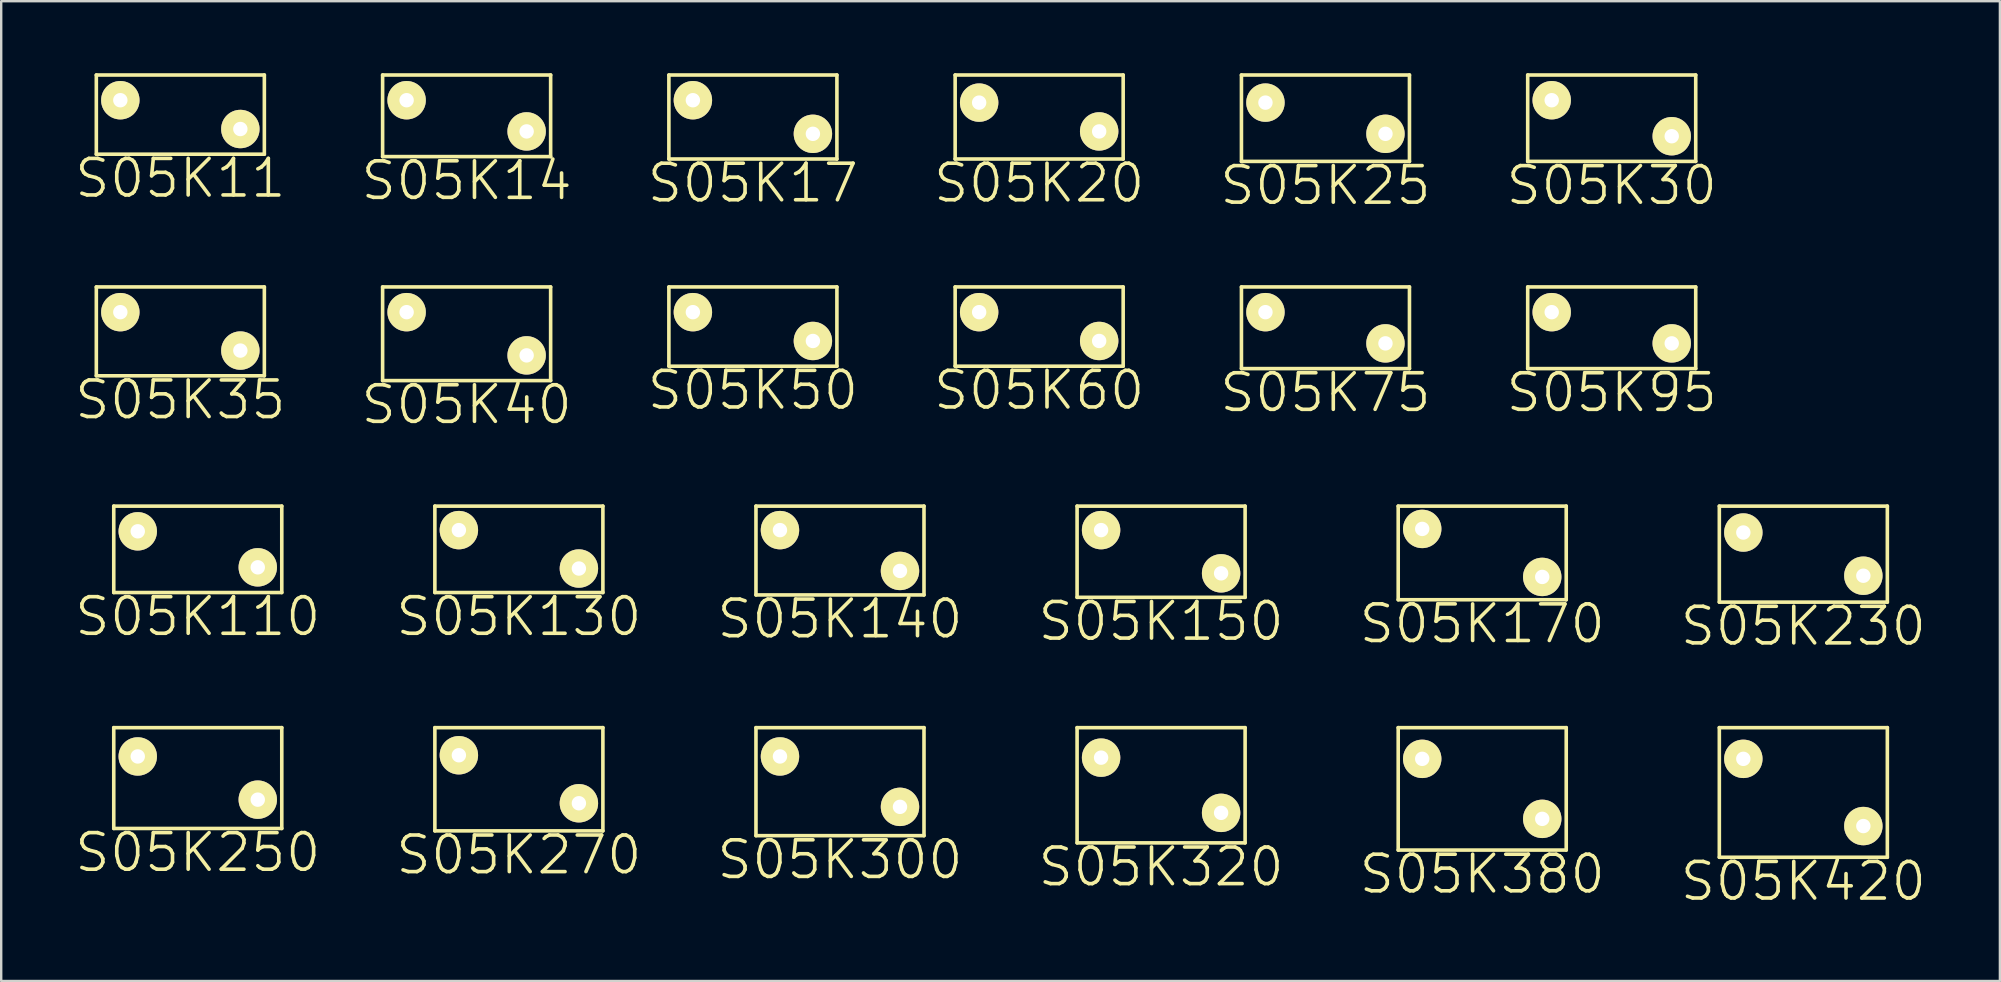
<source format=kicad_pcb>
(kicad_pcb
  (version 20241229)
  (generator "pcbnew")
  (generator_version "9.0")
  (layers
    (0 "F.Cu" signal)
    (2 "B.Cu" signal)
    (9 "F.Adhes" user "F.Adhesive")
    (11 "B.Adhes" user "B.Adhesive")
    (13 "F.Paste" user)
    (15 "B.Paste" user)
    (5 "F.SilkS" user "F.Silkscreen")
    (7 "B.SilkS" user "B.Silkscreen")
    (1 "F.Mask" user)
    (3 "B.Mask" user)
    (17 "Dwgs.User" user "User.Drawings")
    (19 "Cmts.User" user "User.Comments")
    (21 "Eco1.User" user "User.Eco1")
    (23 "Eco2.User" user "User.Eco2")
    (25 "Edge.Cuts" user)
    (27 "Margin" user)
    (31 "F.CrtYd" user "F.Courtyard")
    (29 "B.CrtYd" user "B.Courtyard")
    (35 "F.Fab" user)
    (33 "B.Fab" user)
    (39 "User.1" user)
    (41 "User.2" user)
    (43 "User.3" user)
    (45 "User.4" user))
  (footprint "S05K250"
    (layer "F.Cu")
    (at 2.689 28.464)
    (property "Reference" "S05K250" (at 2.5 4 0) (layer "F.SilkS") (effects (font (size 1.524 1.524) (thickness 0.15))))
    (attr through_hole)
    (fp_line (start -1 -1.2) (end -1 3) (stroke (width 0.15) (type solid)) (layer "F.SilkS"))
    (fp_line (start -1 -1.2) (end 6 -1.2) (stroke (width 0.15) (type solid)) (layer "F.SilkS"))
    (fp_line (start -1 3) (end 6 3) (stroke (width 0.15) (type solid)) (layer "F.SilkS"))
    (fp_line (start 6 -1.2) (end 6 3) (stroke (width 0.15) (type solid)) (layer "F.SilkS"))
    (pad "1" thru_hole circle (at 0 0) (size 1.6 1.6) (drill 0.6) (layers "*.Cu" "*.Mask" "F.SilkS"))
    (pad "2" thru_hole circle (at 5 1.8) (size 1.6 1.6) (drill 0.6) (layers "*.Cu" "*.Mask" "F.SilkS")))
  (footprint "S05K420"
    (layer "F.Cu")
    (at 69.578 28.564)
    (property "Reference" "S05K420" (at 2.5 5.1 0) (layer "F.SilkS") (effects (font (size 1.524 1.524) (thickness 0.15))))
    (attr through_hole)
    (fp_line (start -1 -1.3) (end -1 4.1) (stroke (width 0.15) (type solid)) (layer "F.SilkS"))
    (fp_line (start -1 -1.3) (end 6 -1.3) (stroke (width 0.15) (type solid)) (layer "F.SilkS"))
    (fp_line (start -1 4.1) (end 6 4.1) (stroke (width 0.15) (type solid)) (layer "F.SilkS"))
    (fp_line (start 6 -1.3) (end 6 4.1) (stroke (width 0.15) (type solid)) (layer "F.SilkS"))
    (pad "1" thru_hole circle (at 0 0) (size 1.6 1.6) (drill 0.6) (layers "*.Cu" "*.Mask" "F.SilkS"))
    (pad "2" thru_hole circle (at 5 2.8) (size 1.6 1.6) (drill 0.6) (layers "*.Cu" "*.Mask" "F.SilkS")))
  (footprint "S05K30"
    (layer "F.Cu")
    (at 61.595 1.125)
    (property "Reference" "S05K30" (at 2.5 3.55 0) (layer "F.SilkS") (effects (font (size 1.524 1.524) (thickness 0.15))))
    (attr through_hole)
    (fp_line (start -1 -1.05) (end -1 2.55) (stroke (width 0.15) (type solid)) (layer "F.SilkS"))
    (fp_line (start -1 -1.05) (end 6 -1.05) (stroke (width 0.15) (type solid)) (layer "F.SilkS"))
    (fp_line (start -1 2.55) (end 6 2.55) (stroke (width 0.15) (type solid)) (layer "F.SilkS"))
    (fp_line (start 6 -1.05) (end 6 2.55) (stroke (width 0.15) (type solid)) (layer "F.SilkS"))
    (pad "1" thru_hole circle (at 0 0) (size 1.6 1.6) (drill 0.6) (layers "*.Cu" "*.Mask" "F.SilkS"))
    (pad "2" thru_hole circle (at 5 1.5) (size 1.6 1.6) (drill 0.6) (layers "*.Cu" "*.Mask" "F.SilkS")))
  (footprint "S05K140"
    (layer "F.Cu")
    (at 29.444 19.035)
    (property "Reference" "S05K140" (at 2.5 3.7 0) (layer "F.SilkS") (effects (font (size 1.524 1.524) (thickness 0.15))))
    (attr through_hole)
    (fp_line (start -1 -1) (end -1 2.7) (stroke (width 0.15) (type solid)) (layer "F.SilkS"))
    (fp_line (start -1 -1) (end 6 -1) (stroke (width 0.15) (type solid)) (layer "F.SilkS"))
    (fp_line (start -1 2.7) (end 6 2.7) (stroke (width 0.15) (type solid)) (layer "F.SilkS"))
    (fp_line (start 6 -1) (end 6 2.7) (stroke (width 0.15) (type solid)) (layer "F.SilkS"))
    (pad "1" thru_hole circle (at 0 0) (size 1.6 1.6) (drill 0.6) (layers "*.Cu" "*.Mask" "F.SilkS"))
    (pad "2" thru_hole circle (at 5 1.7) (size 1.6 1.6) (drill 0.6) (layers "*.Cu" "*.Mask" "F.SilkS")))
  (footprint "S05K320"
    (layer "F.Cu")
    (at 42.822 28.514)
    (property "Reference" "S05K320" (at 2.5 4.55 0) (layer "F.SilkS") (effects (font (size 1.524 1.524) (thickness 0.15))))
    (attr through_hole)
    (fp_line (start -1 -1.25) (end -1 3.55) (stroke (width 0.15) (type solid)) (layer "F.SilkS"))
    (fp_line (start -1 -1.25) (end 6 -1.25) (stroke (width 0.15) (type solid)) (layer "F.SilkS"))
    (fp_line (start -1 3.55) (end 6 3.55) (stroke (width 0.15) (type solid)) (layer "F.SilkS"))
    (fp_line (start 6 -1.25) (end 6 3.55) (stroke (width 0.15) (type solid)) (layer "F.SilkS"))
    (pad "1" thru_hole circle (at 0 0) (size 1.6 1.6) (drill 0.6) (layers "*.Cu" "*.Mask" "F.SilkS"))
    (pad "2" thru_hole circle (at 5 2.3) (size 1.6 1.6) (drill 0.6) (layers "*.Cu" "*.Mask" "F.SilkS")))
  (footprint "S05K110"
    (layer "F.Cu")
    (at 2.689 19.085)
    (property "Reference" "S05K110" (at 2.5 3.55 0) (layer "F.SilkS") (effects (font (size 1.524 1.524) (thickness 0.15))))
    (attr through_hole)
    (fp_line (start -1 -1.05) (end -1 2.55) (stroke (width 0.15) (type solid)) (layer "F.SilkS"))
    (fp_line (start -1 -1.05) (end 6 -1.05) (stroke (width 0.15) (type solid)) (layer "F.SilkS"))
    (fp_line (start -1 2.55) (end 6 2.55) (stroke (width 0.15) (type solid)) (layer "F.SilkS"))
    (fp_line (start 6 -1.05) (end 6 2.55) (stroke (width 0.15) (type solid)) (layer "F.SilkS"))
    (pad "1" thru_hole circle (at 0 0) (size 1.6 1.6) (drill 0.6) (layers "*.Cu" "*.Mask" "F.SilkS"))
    (pad "2" thru_hole circle (at 5 1.5) (size 1.6 1.6) (drill 0.6) (layers "*.Cu" "*.Mask" "F.SilkS")))
  (footprint "S05K50"
    (layer "F.Cu")
    (at 25.816 9.955)
    (property "Reference" "S05K50" (at 2.5 3.25 0) (layer "F.SilkS") (effects (font (size 1.524 1.524) (thickness 0.15))))
    (attr through_hole)
    (fp_line (start -1 -1.05) (end -1 2.25) (stroke (width 0.15) (type solid)) (layer "F.SilkS"))
    (fp_line (start -1 -1.05) (end 6 -1.05) (stroke (width 0.15) (type solid)) (layer "F.SilkS"))
    (fp_line (start -1 2.25) (end 6 2.25) (stroke (width 0.15) (type solid)) (layer "F.SilkS"))
    (fp_line (start 6 -1.05) (end 6 2.25) (stroke (width 0.15) (type solid)) (layer "F.SilkS"))
    (pad "1" thru_hole circle (at 0 0) (size 1.6 1.6) (drill 0.6) (layers "*.Cu" "*.Mask" "F.SilkS"))
    (pad "2" thru_hole circle (at 5 1.2) (size 1.6 1.6) (drill 0.6) (layers "*.Cu" "*.Mask" "F.SilkS")))
  (footprint "S05K230"
    (layer "F.Cu")
    (at 69.578 19.135)
    (property "Reference" "S05K230" (at 2.5 3.9 0) (layer "F.SilkS") (effects (font (size 1.524 1.524) (thickness 0.15))))
    (attr through_hole)
    (fp_line (start -1 -1.1) (end -1 2.9) (stroke (width 0.15) (type solid)) (layer "F.SilkS"))
    (fp_line (start -1 -1.1) (end 6 -1.1) (stroke (width 0.15) (type solid)) (layer "F.SilkS"))
    (fp_line (start -1 2.9) (end 6 2.9) (stroke (width 0.15) (type solid)) (layer "F.SilkS"))
    (fp_line (start 6 -1.1) (end 6 2.9) (stroke (width 0.15) (type solid)) (layer "F.SilkS"))
    (pad "1" thru_hole circle (at 0 0) (size 1.6 1.6) (drill 0.6) (layers "*.Cu" "*.Mask" "F.SilkS"))
    (pad "2" thru_hole circle (at 5 1.8) (size 1.6 1.6) (drill 0.6) (layers "*.Cu" "*.Mask" "F.SilkS")))
  (footprint "S05K25"
    (layer "F.Cu")
    (at 49.669 1.225)
    (property "Reference" "S05K25" (at 2.5 3.45 0) (layer "F.SilkS") (effects (font (size 1.524 1.524) (thickness 0.15))))
    (attr through_hole)
    (fp_line (start -1 -1.15) (end -1 2.45) (stroke (width 0.15) (type solid)) (layer "F.SilkS"))
    (fp_line (start -1 -1.15) (end 6 -1.15) (stroke (width 0.15) (type solid)) (layer "F.SilkS"))
    (fp_line (start -1 2.45) (end 6 2.45) (stroke (width 0.15) (type solid)) (layer "F.SilkS"))
    (fp_line (start 6 -1.15) (end 6 2.45) (stroke (width 0.15) (type solid)) (layer "F.SilkS"))
    (pad "1" thru_hole circle (at 0 0) (size 1.6 1.6) (drill 0.6) (layers "*.Cu" "*.Mask" "F.SilkS"))
    (pad "2" thru_hole circle (at 5 1.3) (size 1.6 1.6) (drill 0.6) (layers "*.Cu" "*.Mask" "F.SilkS")))
  (footprint "S05K11"
    (layer "F.Cu")
    (at 1.963 1.125)
    (property "Reference" "S05K11" (at 2.5 3.25 0) (layer "F.SilkS") (effects (font (size 1.524 1.524) (thickness 0.15))))
    (attr through_hole)
    (fp_line (start -1 -1.05) (end -1 2.25) (stroke (width 0.15) (type solid)) (layer "F.SilkS"))
    (fp_line (start -1 -1.05) (end 6 -1.05) (stroke (width 0.15) (type solid)) (layer "F.SilkS"))
    (fp_line (start -1 2.25) (end 6 2.25) (stroke (width 0.15) (type solid)) (layer "F.SilkS"))
    (fp_line (start 6 -1.05) (end 6 2.25) (stroke (width 0.15) (type solid)) (layer "F.SilkS"))
    (pad "1" thru_hole circle (at 0 0) (size 1.6 1.6) (drill 0.6) (layers "*.Cu" "*.Mask" "F.SilkS"))
    (pad "2" thru_hole circle (at 5 1.2) (size 1.6 1.6) (drill 0.6) (layers "*.Cu" "*.Mask" "F.SilkS")))
  (footprint "S05K60"
    (layer "F.Cu")
    (at 37.742 9.955)
    (property "Reference" "S05K60" (at 2.5 3.25 0) (layer "F.SilkS") (effects (font (size 1.524 1.524) (thickness 0.15))))
    (attr through_hole)
    (fp_line (start -1 -1.05) (end -1 2.25) (stroke (width 0.15) (type solid)) (layer "F.SilkS"))
    (fp_line (start -1 -1.05) (end 6 -1.05) (stroke (width 0.15) (type solid)) (layer "F.SilkS"))
    (fp_line (start -1 2.25) (end 6 2.25) (stroke (width 0.15) (type solid)) (layer "F.SilkS"))
    (fp_line (start 6 -1.05) (end 6 2.25) (stroke (width 0.15) (type solid)) (layer "F.SilkS"))
    (pad "1" thru_hole circle (at 0 0) (size 1.6 1.6) (drill 0.6) (layers "*.Cu" "*.Mask" "F.SilkS"))
    (pad "2" thru_hole circle (at 5 1.2) (size 1.6 1.6) (drill 0.6) (layers "*.Cu" "*.Mask" "F.SilkS")))
  (footprint "S05K130"
    (layer "F.Cu")
    (at 16.067 19.035)
    (property "Reference" "S05K130" (at 2.5 3.6 0) (layer "F.SilkS") (effects (font (size 1.524 1.524) (thickness 0.15))))
    (attr through_hole)
    (fp_line (start -1 -1) (end -1 2.6) (stroke (width 0.15) (type solid)) (layer "F.SilkS"))
    (fp_line (start -1 -1) (end 6 -1) (stroke (width 0.15) (type solid)) (layer "F.SilkS"))
    (fp_line (start -1 2.6) (end 6 2.6) (stroke (width 0.15) (type solid)) (layer "F.SilkS"))
    (fp_line (start 6 -1) (end 6 2.6) (stroke (width 0.15) (type solid)) (layer "F.SilkS"))
    (pad "1" thru_hole circle (at 0 0) (size 1.6 1.6) (drill 0.6) (layers "*.Cu" "*.Mask" "F.SilkS"))
    (pad "2" thru_hole circle (at 5 1.6) (size 1.6 1.6) (drill 0.6) (layers "*.Cu" "*.Mask" "F.SilkS")))
  (footprint "S05K17"
    (layer "F.Cu")
    (at 25.816 1.125)
    (property "Reference" "S05K17" (at 2.5 3.45 0) (layer "F.SilkS") (effects (font (size 1.524 1.524) (thickness 0.15))))
    (attr through_hole)
    (fp_line (start -1 -1.05) (end -1 2.45) (stroke (width 0.15) (type solid)) (layer "F.SilkS"))
    (fp_line (start -1 -1.05) (end 6 -1.05) (stroke (width 0.15) (type solid)) (layer "F.SilkS"))
    (fp_line (start -1 2.45) (end 6 2.45) (stroke (width 0.15) (type solid)) (layer "F.SilkS"))
    (fp_line (start 6 -1.05) (end 6 2.45) (stroke (width 0.15) (type solid)) (layer "F.SilkS"))
    (pad "1" thru_hole circle (at 0 0) (size 1.6 1.6) (drill 0.6) (layers "*.Cu" "*.Mask" "F.SilkS"))
    (pad "2" thru_hole circle (at 5 1.4) (size 1.6 1.6) (drill 0.6) (layers "*.Cu" "*.Mask" "F.SilkS")))
  (footprint "S05K40"
    (layer "F.Cu")
    (at 13.89 9.955)
    (property "Reference" "S05K40" (at 2.5 3.85 0) (layer "F.SilkS") (effects (font (size 1.524 1.524) (thickness 0.15))))
    (attr through_hole)
    (fp_line (start -1 -1.05) (end -1 2.85) (stroke (width 0.15) (type solid)) (layer "F.SilkS"))
    (fp_line (start -1 -1.05) (end 6 -1.05) (stroke (width 0.15) (type solid)) (layer "F.SilkS"))
    (fp_line (start -1 2.85) (end 6 2.85) (stroke (width 0.15) (type solid)) (layer "F.SilkS"))
    (fp_line (start 6 -1.05) (end 6 2.85) (stroke (width 0.15) (type solid)) (layer "F.SilkS"))
    (pad "1" thru_hole circle (at 0 0) (size 1.6 1.6) (drill 0.6) (layers "*.Cu" "*.Mask" "F.SilkS"))
    (pad "2" thru_hole circle (at 5 1.8) (size 1.6 1.6) (drill 0.6) (layers "*.Cu" "*.Mask" "F.SilkS")))
  (footprint "S05K75"
    (layer "F.Cu")
    (at 49.669 9.955)
    (property "Reference" "S05K75" (at 2.5 3.35 0) (layer "F.SilkS") (effects (font (size 1.524 1.524) (thickness 0.15))))
    (attr through_hole)
    (fp_line (start -1 -1.05) (end -1 2.35) (stroke (width 0.15) (type solid)) (layer "F.SilkS"))
    (fp_line (start -1 -1.05) (end 6 -1.05) (stroke (width 0.15) (type solid)) (layer "F.SilkS"))
    (fp_line (start -1 2.35) (end 6 2.35) (stroke (width 0.15) (type solid)) (layer "F.SilkS"))
    (fp_line (start 6 -1.05) (end 6 2.35) (stroke (width 0.15) (type solid)) (layer "F.SilkS"))
    (pad "1" thru_hole circle (at 0 0) (size 1.6 1.6) (drill 0.6) (layers "*.Cu" "*.Mask" "F.SilkS"))
    (pad "2" thru_hole circle (at 5 1.3) (size 1.6 1.6) (drill 0.6) (layers "*.Cu" "*.Mask" "F.SilkS")))
  (footprint "S05K380"
    (layer "F.Cu")
    (at 56.2 28.564)
    (property "Reference" "S05K380" (at 2.5 4.8 0) (layer "F.SilkS") (effects (font (size 1.524 1.524) (thickness 0.15))))
    (attr through_hole)
    (fp_line (start -1 -1.3) (end -1 3.8) (stroke (width 0.15) (type solid)) (layer "F.SilkS"))
    (fp_line (start -1 -1.3) (end 6 -1.3) (stroke (width 0.15) (type solid)) (layer "F.SilkS"))
    (fp_line (start -1 3.8) (end 6 3.8) (stroke (width 0.15) (type solid)) (layer "F.SilkS"))
    (fp_line (start 6 -1.3) (end 6 3.8) (stroke (width 0.15) (type solid)) (layer "F.SilkS"))
    (pad "1" thru_hole circle (at 0 0) (size 1.6 1.6) (drill 0.6) (layers "*.Cu" "*.Mask" "F.SilkS"))
    (pad "2" thru_hole circle (at 5 2.5) (size 1.6 1.6) (drill 0.6) (layers "*.Cu" "*.Mask" "F.SilkS")))
  (footprint "S05K270"
    (layer "F.Cu")
    (at 16.067 28.414)
    (property "Reference" "S05K270" (at 2.5 4.15 0) (layer "F.SilkS") (effects (font (size 1.524 1.524) (thickness 0.15))))
    (attr through_hole)
    (fp_line (start -1 -1.15) (end -1 3.15) (stroke (width 0.15) (type solid)) (layer "F.SilkS"))
    (fp_line (start -1 -1.15) (end 6 -1.15) (stroke (width 0.15) (type solid)) (layer "F.SilkS"))
    (fp_line (start -1 3.15) (end 6 3.15) (stroke (width 0.15) (type solid)) (layer "F.SilkS"))
    (fp_line (start 6 -1.15) (end 6 3.15) (stroke (width 0.15) (type solid)) (layer "F.SilkS"))
    (pad "1" thru_hole circle (at 0 0) (size 1.6 1.6) (drill 0.6) (layers "*.Cu" "*.Mask" "F.SilkS"))
    (pad "2" thru_hole circle (at 5 2) (size 1.6 1.6) (drill 0.6) (layers "*.Cu" "*.Mask" "F.SilkS")))
  (footprint "S05K95"
    (layer "F.Cu")
    (at 61.595 9.955)
    (property "Reference" "S05K95" (at 2.5 3.35 0) (layer "F.SilkS") (effects (font (size 1.524 1.524) (thickness 0.15))))
    (attr through_hole)
    (fp_line (start -1 -1.05) (end -1 2.35) (stroke (width 0.15) (type solid)) (layer "F.SilkS"))
    (fp_line (start -1 -1.05) (end 6 -1.05) (stroke (width 0.15) (type solid)) (layer "F.SilkS"))
    (fp_line (start -1 2.35) (end 6 2.35) (stroke (width 0.15) (type solid)) (layer "F.SilkS"))
    (fp_line (start 6 -1.05) (end 6 2.35) (stroke (width 0.15) (type solid)) (layer "F.SilkS"))
    (pad "1" thru_hole circle (at 0 0) (size 1.6 1.6) (drill 0.6) (layers "*.Cu" "*.Mask" "F.SilkS"))
    (pad "2" thru_hole circle (at 5 1.3) (size 1.6 1.6) (drill 0.6) (layers "*.Cu" "*.Mask" "F.SilkS")))
  (footprint "S05K300"
    (layer "F.Cu")
    (at 29.444 28.464)
    (property "Reference" "S05K300" (at 2.5 4.3 0) (layer "F.SilkS") (effects (font (size 1.524 1.524) (thickness 0.15))))
    (attr through_hole)
    (fp_line (start -1 -1.2) (end -1 3.3) (stroke (width 0.15) (type solid)) (layer "F.SilkS"))
    (fp_line (start -1 -1.2) (end 6 -1.2) (stroke (width 0.15) (type solid)) (layer "F.SilkS"))
    (fp_line (start -1 3.3) (end 6 3.3) (stroke (width 0.15) (type solid)) (layer "F.SilkS"))
    (fp_line (start 6 -1.2) (end 6 3.3) (stroke (width 0.15) (type solid)) (layer "F.SilkS"))
    (pad "1" thru_hole circle (at 0 0) (size 1.6 1.6) (drill 0.6) (layers "*.Cu" "*.Mask" "F.SilkS"))
    (pad "2" thru_hole circle (at 5 2.1) (size 1.6 1.6) (drill 0.6) (layers "*.Cu" "*.Mask" "F.SilkS")))
  (footprint "S05K170"
    (layer "F.Cu")
    (at 56.2 18.985)
    (property "Reference" "S05K170" (at 2.5 3.95 0) (layer "F.SilkS") (effects (font (size 1.524 1.524) (thickness 0.15))))
    (attr through_hole)
    (fp_line (start -1 -0.95) (end -1 2.95) (stroke (width 0.15) (type solid)) (layer "F.SilkS"))
    (fp_line (start -1 -0.95) (end 6 -0.95) (stroke (width 0.15) (type solid)) (layer "F.SilkS"))
    (fp_line (start -1 2.95) (end 6 2.95) (stroke (width 0.15) (type solid)) (layer "F.SilkS"))
    (fp_line (start 6 -0.95) (end 6 2.95) (stroke (width 0.15) (type solid)) (layer "F.SilkS"))
    (pad "1" thru_hole circle (at 0 0) (size 1.6 1.6) (drill 0.6) (layers "*.Cu" "*.Mask" "F.SilkS"))
    (pad "2" thru_hole circle (at 5 2) (size 1.6 1.6) (drill 0.6) (layers "*.Cu" "*.Mask" "F.SilkS")))
  (footprint "S05K20"
    (layer "F.Cu")
    (at 37.742 1.225)
    (property "Reference" "S05K20" (at 2.5 3.35 0) (layer "F.SilkS") (effects (font (size 1.524 1.524) (thickness 0.15))))
    (attr through_hole)
    (fp_line (start -1 -1.15) (end -1 2.35) (stroke (width 0.15) (type solid)) (layer "F.SilkS"))
    (fp_line (start -1 -1.15) (end 6 -1.15) (stroke (width 0.15) (type solid)) (layer "F.SilkS"))
    (fp_line (start -1 2.35) (end 6 2.35) (stroke (width 0.15) (type solid)) (layer "F.SilkS"))
    (fp_line (start 6 -1.15) (end 6 2.35) (stroke (width 0.15) (type solid)) (layer "F.SilkS"))
    (pad "1" thru_hole circle (at 0 0) (size 1.6 1.6) (drill 0.6) (layers "*.Cu" "*.Mask" "F.SilkS"))
    (pad "2" thru_hole circle (at 5 1.2) (size 1.6 1.6) (drill 0.6) (layers "*.Cu" "*.Mask" "F.SilkS")))
  (footprint "S05K150"
    (layer "F.Cu")
    (at 42.822 19.035)
    (property "Reference" "S05K150" (at 2.5 3.8 0) (layer "F.SilkS") (effects (font (size 1.524 1.524) (thickness 0.15))))
    (attr through_hole)
    (fp_line (start -1 -1) (end -1 2.8) (stroke (width 0.15) (type solid)) (layer "F.SilkS"))
    (fp_line (start -1 -1) (end 6 -1) (stroke (width 0.15) (type solid)) (layer "F.SilkS"))
    (fp_line (start -1 2.8) (end 6 2.8) (stroke (width 0.15) (type solid)) (layer "F.SilkS"))
    (fp_line (start 6 -1) (end 6 2.8) (stroke (width 0.15) (type solid)) (layer "F.SilkS"))
    (pad "1" thru_hole circle (at 0 0) (size 1.6 1.6) (drill 0.6) (layers "*.Cu" "*.Mask" "F.SilkS"))
    (pad "2" thru_hole circle (at 5 1.8) (size 1.6 1.6) (drill 0.6) (layers "*.Cu" "*.Mask" "F.SilkS")))
  (footprint "S05K35"
    (layer "F.Cu")
    (at 1.963 9.955)
    (property "Reference" "S05K35" (at 2.5 3.65 0) (layer "F.SilkS") (effects (font (size 1.524 1.524) (thickness 0.15))))
    (attr through_hole)
    (fp_line (start -1 -1.05) (end -1 2.65) (stroke (width 0.15) (type solid)) (layer "F.SilkS"))
    (fp_line (start -1 -1.05) (end 6 -1.05) (stroke (width 0.15) (type solid)) (layer "F.SilkS"))
    (fp_line (start -1 2.65) (end 6 2.65) (stroke (width 0.15) (type solid)) (layer "F.SilkS"))
    (fp_line (start 6 -1.05) (end 6 2.65) (stroke (width 0.15) (type solid)) (layer "F.SilkS"))
    (pad "1" thru_hole circle (at 0 0) (size 1.6 1.6) (drill 0.6) (layers "*.Cu" "*.Mask" "F.SilkS"))
    (pad "2" thru_hole circle (at 5 1.6) (size 1.6 1.6) (drill 0.6) (layers "*.Cu" "*.Mask" "F.SilkS")))
  (footprint "S05K14"
    (layer "F.Cu")
    (at 13.89 1.125)
    (property "Reference" "S05K14" (at 2.5 3.35 0) (layer "F.SilkS") (effects (font (size 1.524 1.524) (thickness 0.15))))
    (attr through_hole)
    (fp_line (start -1 -1.05) (end -1 2.35) (stroke (width 0.15) (type solid)) (layer "F.SilkS"))
    (fp_line (start -1 -1.05) (end 6 -1.05) (stroke (width 0.15) (type solid)) (layer "F.SilkS"))
    (fp_line (start -1 2.35) (end 6 2.35) (stroke (width 0.15) (type solid)) (layer "F.SilkS"))
    (fp_line (start 6 -1.05) (end 6 2.35) (stroke (width 0.15) (type solid)) (layer "F.SilkS"))
    (pad "1" thru_hole circle (at 0 0) (size 1.6 1.6) (drill 0.6) (layers "*.Cu" "*.Mask" "F.SilkS"))
    (pad "2" thru_hole circle (at 5 1.3) (size 1.6 1.6) (drill 0.6) (layers "*.Cu" "*.Mask" "F.SilkS")))
  (gr_rect
    (start -3 -3)
    (end 80.267 37.819)
    (stroke (width 0.1) (type default))
    (fill no)
    (layer "Edge.Cuts")))
</source>
